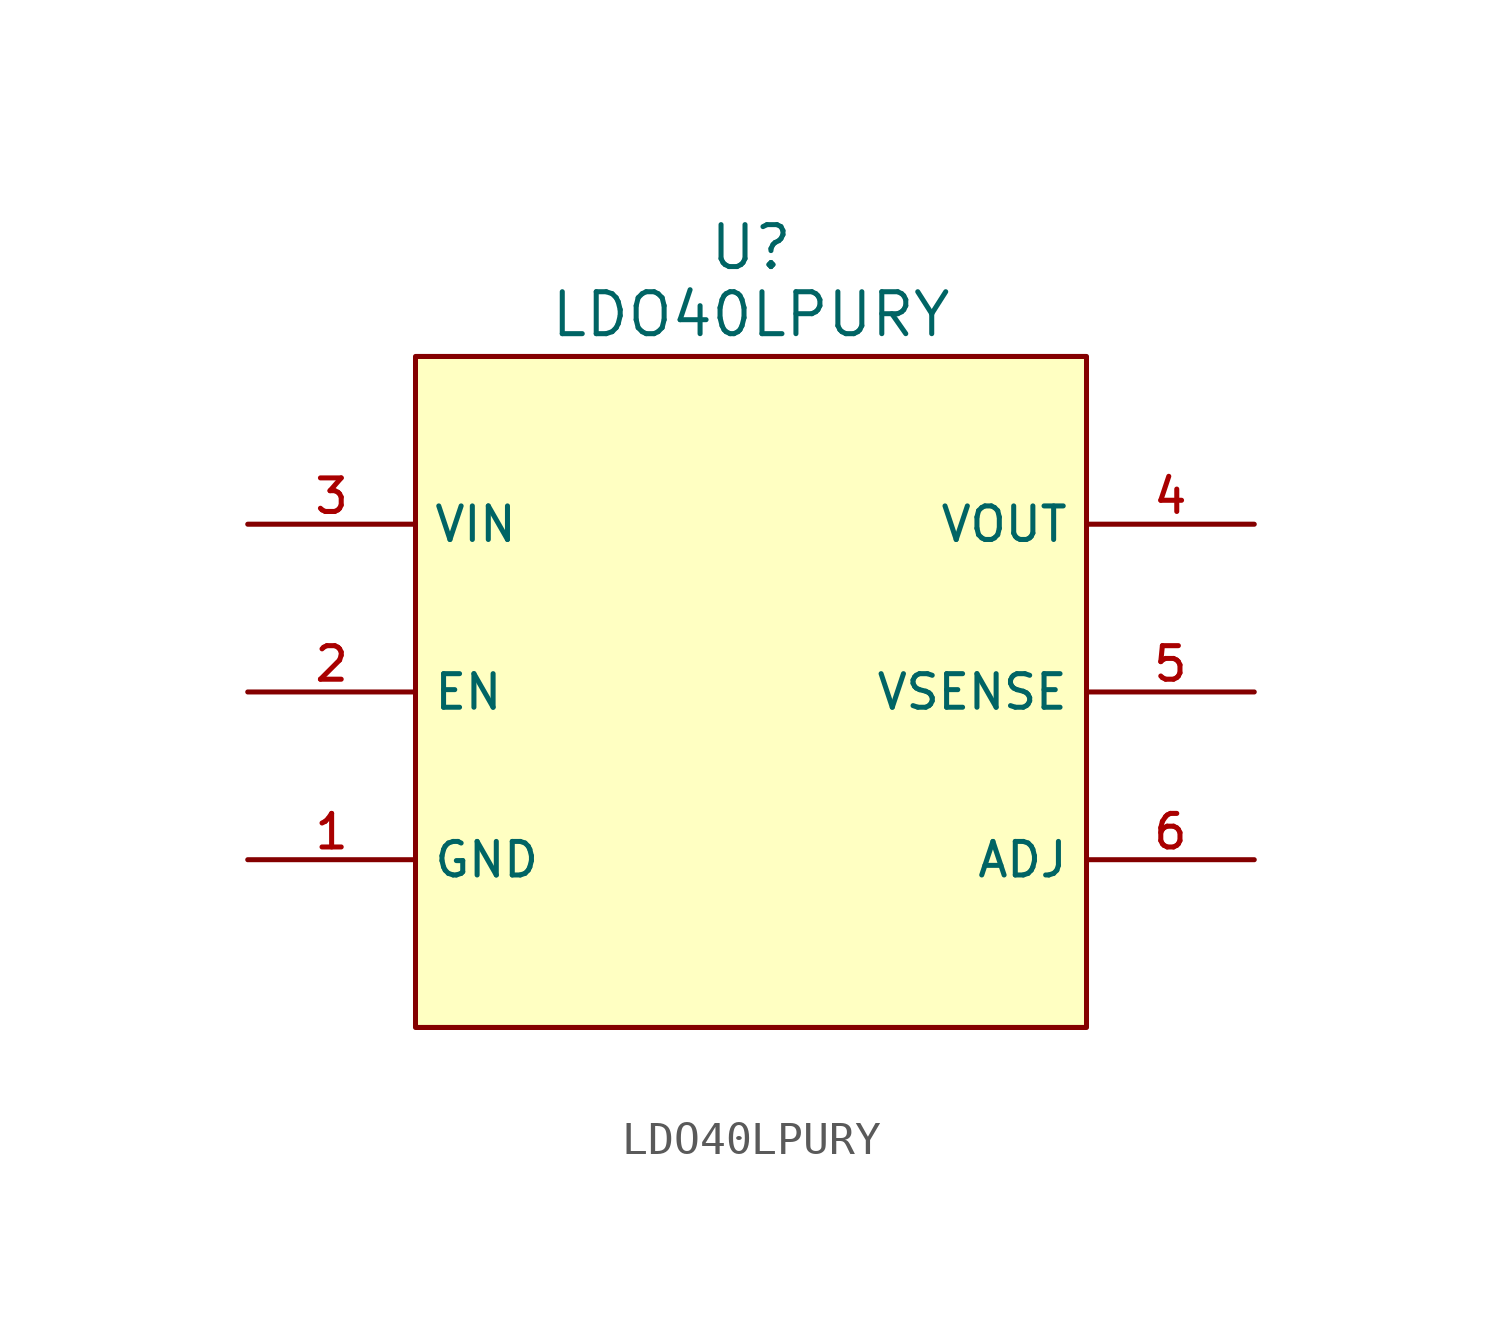
<source format=kicad_sym>
(kicad_symbol_lib
  (version 20241209)
  (generator "kicad_symbol_editor")
  (generator_version "9.0")
  (symbol "LDO40LPURY"
    (property "Reference" "U"
      (at 0 12.192 0)
      (effects (font (size 1.27 1.27))))
    (property "Value" "LDO40LPURY"
      (at 0 10.16 0)
      (effects (font (size 1.27 1.27))))
    (symbol "LDO40LPURY_0_0"
      (rectangle (start -10.16 -11.43) (end 10.16 8.89) (stroke (width 0.152) (type default)) (fill (type background)))
      (pin bidirectional line (at -15.24 3.81 0) (length 5.08) (name "VIN" (effects (font (size 1.016 1.016)))) (number "3" (effects (font (size 1.016 1.016)))))
      (pin bidirectional line (at -15.24 -1.27 0) (length 5.08) (name "EN" (effects (font (size 1.016 1.016)))) (number "2" (effects (font (size 1.016 1.016)))))
      (pin bidirectional line (at -15.24 -6.35 0) (length 5.08) (name "GND" (effects (font (size 1.016 1.016)))) (number "1" (effects (font (size 1.016 1.016)))))
      (pin bidirectional line (at 15.24 3.81 180) (length 5.08) (name "VOUT" (effects (font (size 1.016 1.016)))) (number "4" (effects (font (size 1.016 1.016)))))
      (pin bidirectional line (at 15.24 -1.27 180) (length 5.08) (name "VSENSE" (effects (font (size 1.016 1.016)))) (number "5" (effects (font (size 1.016 1.016)))))
      (pin bidirectional line (at 15.24 -6.35 180) (length 5.08) (name "ADJ" (effects (font (size 1.016 1.016)))) (number "6" (effects (font (size 1.016 1.016))))))))
</source>
